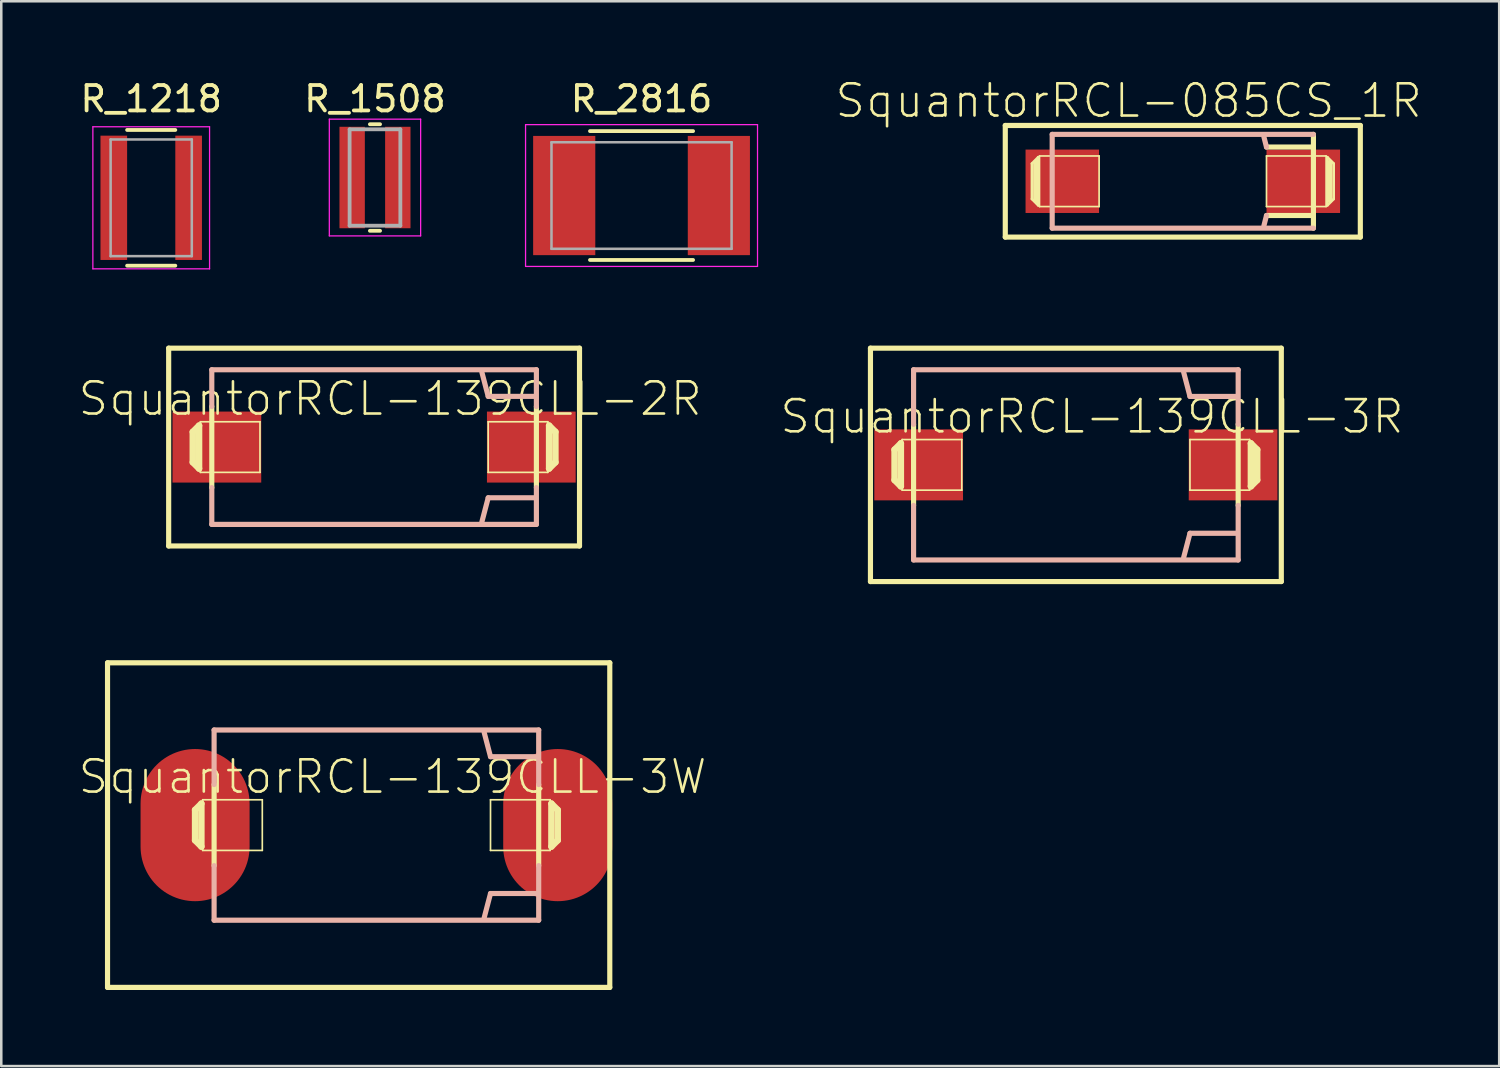
<source format=kicad_pcb>
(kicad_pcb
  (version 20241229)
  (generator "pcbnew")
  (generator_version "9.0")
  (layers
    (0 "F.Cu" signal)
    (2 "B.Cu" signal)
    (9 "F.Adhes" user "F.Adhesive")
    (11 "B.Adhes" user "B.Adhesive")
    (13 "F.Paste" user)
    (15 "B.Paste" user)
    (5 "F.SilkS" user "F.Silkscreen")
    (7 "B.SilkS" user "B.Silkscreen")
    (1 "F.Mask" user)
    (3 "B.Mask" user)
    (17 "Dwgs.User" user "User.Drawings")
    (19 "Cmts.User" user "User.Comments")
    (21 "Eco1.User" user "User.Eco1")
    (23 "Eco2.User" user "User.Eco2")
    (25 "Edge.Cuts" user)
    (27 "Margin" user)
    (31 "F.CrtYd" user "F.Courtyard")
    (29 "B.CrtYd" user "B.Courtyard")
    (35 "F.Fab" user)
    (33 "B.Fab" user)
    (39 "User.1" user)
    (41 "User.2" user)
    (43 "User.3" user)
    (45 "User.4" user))
  (footprint "SquantorRCL-085CS_1R"
    (layer "F.Cu")
    (at 43.577 4.096)
    (property "Reference" "SquantorRCL-085CS_1R" (at -2.134 -3.175 0) (layer "F.SilkS") (effects (font (size 1.27 1.27) (thickness 0.102))))
    (attr smd)
    (fp_line (start -6.998 -2.2) (end -6.998 2.2) (stroke (width 0.203) (type solid)) (layer "F.SilkS"))
    (fp_line (start -6.998 -2.2) (end 6.998 -2.2) (stroke (width 0.203) (type solid)) (layer "F.SilkS"))
    (fp_line (start -6.998 2.2) (end 6.998 2.2) (stroke (width 0.203) (type solid)) (layer "F.SilkS"))
    (fp_line (start -5.949 -0.699) (end -5.949 0.699) (stroke (width 0.102) (type solid)) (layer "F.SilkS"))
    (fp_line (start -5.949 0.699) (end -5.7 0.95) (stroke (width 0.102) (type solid)) (layer "F.SilkS"))
    (fp_line (start -5.799 -0.749) (end -5.799 0.749) (stroke (width 0.203) (type solid)) (layer "F.SilkS"))
    (fp_line (start -5.7 -0.95) (end -5.949 -0.699) (stroke (width 0.102) (type solid)) (layer "F.SilkS"))
    (fp_line (start -5.7 0.95) (end -5.7 -0.95) (stroke (width 0.102) (type solid)) (layer "F.SilkS"))
    (fp_line (start -5.649 -0.998) (end -3.299 -0.998) (stroke (width 0.066) (type solid)) (layer "F.SilkS"))
    (fp_line (start -5.649 0.998) (end -5.649 -0.998) (stroke (width 0.066) (type solid)) (layer "F.SilkS"))
    (fp_line (start -5.649 0.998) (end -3.299 0.998) (stroke (width 0.066) (type solid)) (layer "F.SilkS"))
    (fp_line (start -3.299 0.998) (end -3.299 -0.998) (stroke (width 0.066) (type solid)) (layer "F.SilkS"))
    (fp_line (start 3.299 -0.998) (end 5.649 -0.998) (stroke (width 0.066) (type solid)) (layer "F.SilkS"))
    (fp_line (start 3.299 0.998) (end 3.299 -0.998) (stroke (width 0.066) (type solid)) (layer "F.SilkS"))
    (fp_line (start 3.299 0.998) (end 5.649 0.998) (stroke (width 0.066) (type solid)) (layer "F.SilkS"))
    (fp_line (start 5.05 -1.349) (end 3.299 -1.349) (stroke (width 0.203) (type solid)) (layer "F.SilkS"))
    (fp_line (start 5.098 1.349) (end 3.299 1.349) (stroke (width 0.203) (type solid)) (layer "F.SilkS"))
    (fp_line (start 5.149 1.849) (end 5.149 -1.849) (stroke (width 0.203) (type solid)) (layer "F.SilkS"))
    (fp_line (start 5.649 0.998) (end 5.649 -0.998) (stroke (width 0.066) (type solid)) (layer "F.SilkS"))
    (fp_line (start 5.7 -0.95) (end 5.7 0.95) (stroke (width 0.102) (type solid)) (layer "F.SilkS"))
    (fp_line (start 5.7 0.95) (end 5.949 0.699) (stroke (width 0.102) (type solid)) (layer "F.SilkS"))
    (fp_line (start 5.799 0.749) (end 5.799 -0.749) (stroke (width 0.203) (type solid)) (layer "F.SilkS"))
    (fp_line (start 5.949 -0.699) (end 5.7 -0.95) (stroke (width 0.102) (type solid)) (layer "F.SilkS"))
    (fp_line (start 5.949 0.699) (end 5.949 -0.699) (stroke (width 0.102) (type solid)) (layer "F.SilkS"))
    (fp_line (start 6.998 -2.2) (end 6.998 2.2) (stroke (width 0.203) (type solid)) (layer "F.SilkS"))
    (fp_line (start -5.149 -1.849) (end -5.149 1.849) (stroke (width 0.203) (type solid)) (layer "B.SilkS"))
    (fp_line (start -5.149 1.849) (end 5.149 1.849) (stroke (width 0.203) (type solid)) (layer "B.SilkS"))
    (fp_line (start 3.299 -1.349) (end 3.198 -1.748) (stroke (width 0.203) (type solid)) (layer "B.SilkS"))
    (fp_line (start 3.299 1.349) (end 3.198 1.748) (stroke (width 0.203) (type solid)) (layer "B.SilkS"))
    (fp_line (start 5.149 -1.849) (end -5.149 -1.849) (stroke (width 0.203) (type solid)) (layer "B.SilkS"))
    (pad "+" smd rect (at 4.75 0) (size 2.898 2.499) (layers "F.Cu" "F.Mask" "F.Paste"))
    (pad "-" smd rect (at -4.75 0) (size 2.898 2.499) (layers "F.Cu" "F.Mask" "F.Paste")))
  (footprint "R_2816"
    (layer "F.Cu")
    (at 22.24 4.658)
    (property "Reference" "R_2816" (at 0 -3.81 0) (layer "F.SilkS") (effects (font (size 1 1) (thickness 0.15))))
    (attr smd)
    (fp_line (start -2.032 -2.54) (end 2.032 -2.54) (stroke (width 0.15) (type solid)) (layer "F.SilkS"))
    (fp_line (start -2.032 2.54) (end 2.032 2.54) (stroke (width 0.15) (type solid)) (layer "F.SilkS"))
    (fp_line (start -4.572 -2.794) (end 4.572 -2.794) (stroke (width 0.05) (type solid)) (layer "F.CrtYd"))
    (fp_line (start -4.572 2.794) (end -4.572 -2.794) (stroke (width 0.05) (type solid)) (layer "F.CrtYd"))
    (fp_line (start 4.572 -2.794) (end 4.572 2.794) (stroke (width 0.05) (type solid)) (layer "F.CrtYd"))
    (fp_line (start 4.572 2.794) (end -4.572 2.794) (stroke (width 0.05) (type solid)) (layer "F.CrtYd"))
    (fp_line (start -3.55 -2.1) (end -3.55 2.1) (stroke (width 0.1) (type solid)) (layer "F.Fab"))
    (fp_line (start -3.55 2.1) (end 3.55 2.1) (stroke (width 0.1) (type solid)) (layer "F.Fab"))
    (fp_line (start 3.55 -2.1) (end -3.55 -2.1) (stroke (width 0.1) (type solid)) (layer "F.Fab"))
    (fp_line (start 3.55 2.1) (end 3.55 -2.1) (stroke (width 0.1) (type solid)) (layer "F.Fab"))
    (pad "1" smd rect (at -3.048 0) (size 2.45 4.7) (layers "F.Cu" "F.Mask" "F.Paste"))
    (pad "2" smd rect (at 3.048 0) (size 2.45 4.7) (layers "F.Cu" "F.Mask" "F.Paste")))
  (footprint "R_1218"
    (layer "F.Cu")
    (at 2.911 4.748)
    (property "Reference" "R_1218" (at 0 -3.9 0) (layer "F.SilkS") (effects (font (size 1 1) (thickness 0.15))))
    (attr smd)
    (fp_line (start -0.95 -2.675) (end 0.95 -2.675) (stroke (width 0.15) (type solid)) (layer "F.SilkS"))
    (fp_line (start 0.95 2.675) (end -0.95 2.675) (stroke (width 0.15) (type solid)) (layer "F.SilkS"))
    (fp_line (start -2.3 -2.8) (end -2.3 2.8) (stroke (width 0.05) (type solid)) (layer "F.CrtYd"))
    (fp_line (start -2.3 -2.8) (end 2.3 -2.8) (stroke (width 0.05) (type solid)) (layer "F.CrtYd"))
    (fp_line (start -2.3 2.8) (end 2.3 2.8) (stroke (width 0.05) (type solid)) (layer "F.CrtYd"))
    (fp_line (start 2.3 -2.8) (end 2.3 2.8) (stroke (width 0.05) (type solid)) (layer "F.CrtYd"))
    (fp_line (start -1.6 -2.3) (end -1.6 2.3) (stroke (width 0.1) (type solid)) (layer "F.Fab"))
    (fp_line (start -1.6 2.3) (end 1.6 2.3) (stroke (width 0.1) (type solid)) (layer "F.Fab"))
    (fp_line (start 1.6 -2.3) (end -1.6 -2.3) (stroke (width 0.1) (type solid)) (layer "F.Fab"))
    (fp_line (start 1.6 2.3) (end 1.6 -2.3) (stroke (width 0.1) (type solid)) (layer "F.Fab"))
    (pad "1" smd rect (at -1.475 0) (size 1.05 4.9) (layers "F.Cu" "F.Mask" "F.Paste"))
    (pad "2" smd rect (at 1.475 0) (size 1.05 4.9) (layers "F.Cu" "F.Mask" "F.Paste")))
  (footprint "SquantorRCL-139CLL-3R"
    (layer "F.Cu")
    (at 39.362 15.275)
    (property "Reference" "SquantorRCL-139CLL-3R" (at 0.635 -1.905 0) (layer "F.SilkS") (effects (font (size 1.27 1.27) (thickness 0.102))))
    (attr smd)
    (fp_line (start -8.098 -4.6) (end -8.098 4.6) (stroke (width 0.203) (type solid)) (layer "F.SilkS"))
    (fp_line (start -8.098 4.6) (end 8.098 4.6) (stroke (width 0.203) (type solid)) (layer "F.SilkS"))
    (fp_line (start -7.148 -0.599) (end -6.899 -0.848) (stroke (width 0.254) (type solid)) (layer "F.SilkS"))
    (fp_line (start -7.148 0.599) (end -7.148 -0.599) (stroke (width 0.254) (type solid)) (layer "F.SilkS"))
    (fp_line (start -6.899 -0.848) (end -6.899 0.848) (stroke (width 0.254) (type solid)) (layer "F.SilkS"))
    (fp_line (start -6.899 0.848) (end -7.148 0.599) (stroke (width 0.254) (type solid)) (layer "F.SilkS"))
    (fp_line (start -6.848 -0.998) (end -4.498 -0.998) (stroke (width 0.066) (type solid)) (layer "F.SilkS"))
    (fp_line (start -6.848 0.998) (end -6.848 -0.998) (stroke (width 0.066) (type solid)) (layer "F.SilkS"))
    (fp_line (start -6.848 0.998) (end -4.498 0.998) (stroke (width 0.066) (type solid)) (layer "F.SilkS"))
    (fp_line (start -6.398 1.598) (end -6.398 -1.598) (stroke (width 0.203) (type solid)) (layer "F.SilkS"))
    (fp_line (start -4.498 0.998) (end -4.498 -0.998) (stroke (width 0.066) (type solid)) (layer "F.SilkS"))
    (fp_line (start 4.498 -0.998) (end 6.848 -0.998) (stroke (width 0.066) (type solid)) (layer "F.SilkS"))
    (fp_line (start 4.498 0.998) (end 4.498 -0.998) (stroke (width 0.066) (type solid)) (layer "F.SilkS"))
    (fp_line (start 4.498 0.998) (end 6.848 0.998) (stroke (width 0.066) (type solid)) (layer "F.SilkS"))
    (fp_line (start 6.398 -1.598) (end 6.398 1.598) (stroke (width 0.203) (type solid)) (layer "F.SilkS"))
    (fp_line (start 6.848 0.998) (end 6.848 -0.998) (stroke (width 0.066) (type solid)) (layer "F.SilkS"))
    (fp_line (start 6.899 -0.848) (end 7.148 -0.599) (stroke (width 0.254) (type solid)) (layer "F.SilkS"))
    (fp_line (start 6.899 0.848) (end 6.899 -0.848) (stroke (width 0.254) (type solid)) (layer "F.SilkS"))
    (fp_line (start 7.148 -0.599) (end 7.148 0.599) (stroke (width 0.254) (type solid)) (layer "F.SilkS"))
    (fp_line (start 7.148 0.599) (end 6.899 0.848) (stroke (width 0.254) (type solid)) (layer "F.SilkS"))
    (fp_line (start 8.098 -4.6) (end -8.098 -4.6) (stroke (width 0.203) (type solid)) (layer "F.SilkS"))
    (fp_line (start 8.098 4.6) (end 8.098 -4.6) (stroke (width 0.203) (type solid)) (layer "F.SilkS"))
    (fp_line (start -6.398 -3.749) (end 6.398 -3.749) (stroke (width 0.203) (type solid)) (layer "B.SilkS"))
    (fp_line (start -6.398 -1.598) (end -6.398 -3.749) (stroke (width 0.203) (type solid)) (layer "B.SilkS"))
    (fp_line (start -6.398 3.749) (end -6.398 1.598) (stroke (width 0.203) (type solid)) (layer "B.SilkS"))
    (fp_line (start 4.498 -2.697) (end 4.249 -3.65) (stroke (width 0.203) (type solid)) (layer "B.SilkS"))
    (fp_line (start 4.498 2.697) (end 4.249 3.65) (stroke (width 0.203) (type solid)) (layer "B.SilkS"))
    (fp_line (start 6.35 -2.697) (end 4.498 -2.697) (stroke (width 0.203) (type solid)) (layer "B.SilkS"))
    (fp_line (start 6.35 2.697) (end 4.498 2.697) (stroke (width 0.203) (type solid)) (layer "B.SilkS"))
    (fp_line (start 6.398 -3.749) (end 6.398 -1.598) (stroke (width 0.203) (type solid)) (layer "B.SilkS"))
    (fp_line (start 6.398 1.598) (end 6.398 3.749) (stroke (width 0.203) (type solid)) (layer "B.SilkS"))
    (fp_line (start 6.398 3.749) (end -6.398 3.749) (stroke (width 0.203) (type solid)) (layer "B.SilkS"))
    (pad "+" smd rect (at 6.198 0) (size 3.498 2.799) (layers "F.Cu" "F.Mask" "F.Paste"))
    (pad "-" smd rect (at -6.198 0) (size 3.498 2.799) (layers "F.Cu" "F.Mask" "F.Paste")))
  (footprint "R_1508"
    (layer "F.Cu")
    (at 11.732 3.948)
    (property "Reference" "R_1508" (at 0 -3.1 0) (layer "F.SilkS") (effects (font (size 1 1) (thickness 0.15))))
    (attr smd)
    (fp_line (start -0.2 -2.1) (end 0.2 -2.1) (stroke (width 0.15) (type solid)) (layer "F.SilkS"))
    (fp_line (start 0.2 2.1) (end -0.2 2.1) (stroke (width 0.15) (type solid)) (layer "F.SilkS"))
    (fp_line (start -1.8 -2.3) (end -1.8 2.3) (stroke (width 0.05) (type solid)) (layer "F.CrtYd"))
    (fp_line (start -1.8 -2.3) (end 1.8 -2.3) (stroke (width 0.05) (type solid)) (layer "F.CrtYd"))
    (fp_line (start -1.8 2.3) (end 1.8 2.3) (stroke (width 0.05) (type solid)) (layer "F.CrtYd"))
    (fp_line (start 1.8 -2.3) (end 1.8 2.3) (stroke (width 0.05) (type solid)) (layer "F.CrtYd"))
    (fp_line (start -1 -1.9) (end 1 -1.9) (stroke (width 0.15) (type solid)) (layer "F.Fab"))
    (fp_line (start -1 1.9) (end -1 -1.9) (stroke (width 0.15) (type solid)) (layer "F.Fab"))
    (fp_line (start 1 -1.9) (end 1 1.9) (stroke (width 0.15) (type solid)) (layer "F.Fab"))
    (fp_line (start 1 1.9) (end -1 1.9) (stroke (width 0.15) (type solid)) (layer "F.Fab"))
    (pad "1" smd rect (at -0.9 0) (size 1 4) (layers "F.Cu" "F.Mask" "F.Paste"))
    (pad "2" smd rect (at 0.9 0) (size 1 4) (layers "F.Cu" "F.Mask" "F.Paste")))
  (footprint "SquantorRCL-139CLL-3W"
    (layer "F.Cu")
    (at 11.788 29.476)
    (property "Reference" "SquantorRCL-139CLL-3W" (at 0.635 -1.905 0) (layer "F.SilkS") (effects (font (size 1.27 1.27) (thickness 0.102))))
    (attr smd)
    (fp_line (start -10.599 -6.398) (end -10.599 6.398) (stroke (width 0.203) (type solid)) (layer "F.SilkS"))
    (fp_line (start -10.599 6.398) (end 9.2 6.398) (stroke (width 0.203) (type solid)) (layer "F.SilkS"))
    (fp_line (start -7.148 -0.599) (end -6.899 -0.848) (stroke (width 0.254) (type solid)) (layer "F.SilkS"))
    (fp_line (start -7.148 0.599) (end -7.148 -0.599) (stroke (width 0.254) (type solid)) (layer "F.SilkS"))
    (fp_line (start -6.899 -0.848) (end -6.899 0.848) (stroke (width 0.254) (type solid)) (layer "F.SilkS"))
    (fp_line (start -6.899 0.848) (end -7.148 0.599) (stroke (width 0.254) (type solid)) (layer "F.SilkS"))
    (fp_line (start -6.848 -0.998) (end -4.498 -0.998) (stroke (width 0.066) (type solid)) (layer "F.SilkS"))
    (fp_line (start -6.848 0.998) (end -6.848 -0.998) (stroke (width 0.066) (type solid)) (layer "F.SilkS"))
    (fp_line (start -6.848 0.998) (end -4.498 0.998) (stroke (width 0.066) (type solid)) (layer "F.SilkS"))
    (fp_line (start -6.398 1.598) (end -6.398 -1.598) (stroke (width 0.203) (type solid)) (layer "F.SilkS"))
    (fp_line (start -4.498 0.998) (end -4.498 -0.998) (stroke (width 0.066) (type solid)) (layer "F.SilkS"))
    (fp_line (start 4.498 -0.998) (end 6.848 -0.998) (stroke (width 0.066) (type solid)) (layer "F.SilkS"))
    (fp_line (start 4.498 0.998) (end 4.498 -0.998) (stroke (width 0.066) (type solid)) (layer "F.SilkS"))
    (fp_line (start 4.498 0.998) (end 6.848 0.998) (stroke (width 0.066) (type solid)) (layer "F.SilkS"))
    (fp_line (start 6.398 -1.598) (end 6.398 1.598) (stroke (width 0.203) (type solid)) (layer "F.SilkS"))
    (fp_line (start 6.848 0.998) (end 6.848 -0.998) (stroke (width 0.066) (type solid)) (layer "F.SilkS"))
    (fp_line (start 6.899 -0.848) (end 7.148 -0.599) (stroke (width 0.254) (type solid)) (layer "F.SilkS"))
    (fp_line (start 6.899 0.848) (end 6.899 -0.848) (stroke (width 0.254) (type solid)) (layer "F.SilkS"))
    (fp_line (start 7.148 -0.599) (end 7.148 0.599) (stroke (width 0.254) (type solid)) (layer "F.SilkS"))
    (fp_line (start 7.148 0.599) (end 6.899 0.848) (stroke (width 0.254) (type solid)) (layer "F.SilkS"))
    (fp_line (start 9.2 -6.398) (end -10.599 -6.398) (stroke (width 0.203) (type solid)) (layer "F.SilkS"))
    (fp_line (start 9.2 6.398) (end 9.2 -6.398) (stroke (width 0.203) (type solid)) (layer "F.SilkS"))
    (fp_line (start -6.398 -3.749) (end 6.398 -3.749) (stroke (width 0.203) (type solid)) (layer "B.SilkS"))
    (fp_line (start -6.398 -1.598) (end -6.398 -3.749) (stroke (width 0.203) (type solid)) (layer "B.SilkS"))
    (fp_line (start -6.398 3.749) (end -6.398 1.598) (stroke (width 0.203) (type solid)) (layer "B.SilkS"))
    (fp_line (start 4.498 -2.697) (end 4.249 -3.65) (stroke (width 0.203) (type solid)) (layer "B.SilkS"))
    (fp_line (start 4.498 2.697) (end 4.249 3.65) (stroke (width 0.203) (type solid)) (layer "B.SilkS"))
    (fp_line (start 6.35 -2.697) (end 4.498 -2.697) (stroke (width 0.203) (type solid)) (layer "B.SilkS"))
    (fp_line (start 6.35 2.697) (end 4.498 2.697) (stroke (width 0.203) (type solid)) (layer "B.SilkS"))
    (fp_line (start 6.398 -3.749) (end 6.398 -1.598) (stroke (width 0.203) (type solid)) (layer "B.SilkS"))
    (fp_line (start 6.398 1.598) (end 6.398 3.749) (stroke (width 0.203) (type solid)) (layer "B.SilkS"))
    (fp_line (start 6.398 3.749) (end -6.398 3.749) (stroke (width 0.203) (type solid)) (layer "B.SilkS"))
    (pad "+" smd oval (at 7.148 0) (size 4.298 5.999) (layers "F.Cu" "F.Mask" "F.Paste"))
    (pad "-" smd oval (at -7.148 0) (size 4.298 5.999) (layers "F.Cu" "F.Mask" "F.Paste")))
  (footprint "SquantorRCL-139CLL-2R"
    (layer "F.Cu")
    (at 11.697 14.574)
    (property "Reference" "SquantorRCL-139CLL-2R" (at 0.635 -1.905 0) (layer "F.SilkS") (effects (font (size 1.27 1.27) (thickness 0.102))))
    (attr smd)
    (fp_line (start -8.098 -3.899) (end -8.098 3.899) (stroke (width 0.203) (type solid)) (layer "F.SilkS"))
    (fp_line (start -8.098 3.899) (end 8.098 3.899) (stroke (width 0.203) (type solid)) (layer "F.SilkS"))
    (fp_line (start -7.148 -0.599) (end -6.899 -0.848) (stroke (width 0.254) (type solid)) (layer "F.SilkS"))
    (fp_line (start -7.148 0.599) (end -7.148 -0.599) (stroke (width 0.254) (type solid)) (layer "F.SilkS"))
    (fp_line (start -6.899 -0.848) (end -6.899 0.848) (stroke (width 0.254) (type solid)) (layer "F.SilkS"))
    (fp_line (start -6.899 0.848) (end -7.148 0.599) (stroke (width 0.254) (type solid)) (layer "F.SilkS"))
    (fp_line (start -6.848 -0.998) (end -4.498 -0.998) (stroke (width 0.066) (type solid)) (layer "F.SilkS"))
    (fp_line (start -6.848 0.998) (end -6.848 -0.998) (stroke (width 0.066) (type solid)) (layer "F.SilkS"))
    (fp_line (start -6.848 0.998) (end -4.498 0.998) (stroke (width 0.066) (type solid)) (layer "F.SilkS"))
    (fp_line (start -6.398 1.598) (end -6.398 -1.598) (stroke (width 0.203) (type solid)) (layer "F.SilkS"))
    (fp_line (start -4.498 0.998) (end -4.498 -0.998) (stroke (width 0.066) (type solid)) (layer "F.SilkS"))
    (fp_line (start 4.498 -0.998) (end 6.848 -0.998) (stroke (width 0.066) (type solid)) (layer "F.SilkS"))
    (fp_line (start 4.498 0.998) (end 4.498 -0.998) (stroke (width 0.066) (type solid)) (layer "F.SilkS"))
    (fp_line (start 4.498 0.998) (end 6.848 0.998) (stroke (width 0.066) (type solid)) (layer "F.SilkS"))
    (fp_line (start 6.398 -1.598) (end 6.398 1.598) (stroke (width 0.203) (type solid)) (layer "F.SilkS"))
    (fp_line (start 6.848 0.998) (end 6.848 -0.998) (stroke (width 0.066) (type solid)) (layer "F.SilkS"))
    (fp_line (start 6.899 -0.848) (end 7.148 -0.599) (stroke (width 0.254) (type solid)) (layer "F.SilkS"))
    (fp_line (start 6.899 0.848) (end 6.899 -0.848) (stroke (width 0.254) (type solid)) (layer "F.SilkS"))
    (fp_line (start 7.148 -0.599) (end 7.148 0.599) (stroke (width 0.254) (type solid)) (layer "F.SilkS"))
    (fp_line (start 7.148 0.599) (end 6.899 0.848) (stroke (width 0.254) (type solid)) (layer "F.SilkS"))
    (fp_line (start 8.098 -3.899) (end -8.098 -3.899) (stroke (width 0.203) (type solid)) (layer "F.SilkS"))
    (fp_line (start 8.098 3.899) (end 8.098 -3.899) (stroke (width 0.203) (type solid)) (layer "F.SilkS"))
    (fp_line (start -6.398 -3.048) (end 6.398 -3.048) (stroke (width 0.203) (type solid)) (layer "B.SilkS"))
    (fp_line (start -6.398 -1.598) (end -6.398 -3.048) (stroke (width 0.203) (type solid)) (layer "B.SilkS"))
    (fp_line (start -6.398 3.048) (end -6.398 1.598) (stroke (width 0.203) (type solid)) (layer "B.SilkS"))
    (fp_line (start 4.498 -1.999) (end 4.249 -2.949) (stroke (width 0.203) (type solid)) (layer "B.SilkS"))
    (fp_line (start 4.498 1.999) (end 4.249 2.949) (stroke (width 0.203) (type solid)) (layer "B.SilkS"))
    (fp_line (start 6.35 -1.999) (end 4.498 -1.999) (stroke (width 0.203) (type solid)) (layer "B.SilkS"))
    (fp_line (start 6.35 1.999) (end 4.498 1.999) (stroke (width 0.203) (type solid)) (layer "B.SilkS"))
    (fp_line (start 6.398 -3.048) (end 6.398 -1.598) (stroke (width 0.203) (type solid)) (layer "B.SilkS"))
    (fp_line (start 6.398 1.598) (end 6.398 3.048) (stroke (width 0.203) (type solid)) (layer "B.SilkS"))
    (fp_line (start 6.398 3.048) (end -6.398 3.048) (stroke (width 0.203) (type solid)) (layer "B.SilkS"))
    (pad "+" smd rect (at 6.198 0) (size 3.498 2.799) (layers "F.Cu" "F.Mask" "F.Paste"))
    (pad "-" smd rect (at -6.198 0) (size 3.498 2.799) (layers "F.Cu" "F.Mask" "F.Paste")))
  (gr_rect
    (start -3 -3)
    (end 56.05 38.976)
    (stroke (width 0.1) (type default))
    (fill no)
    (layer "Edge.Cuts")))
</source>
